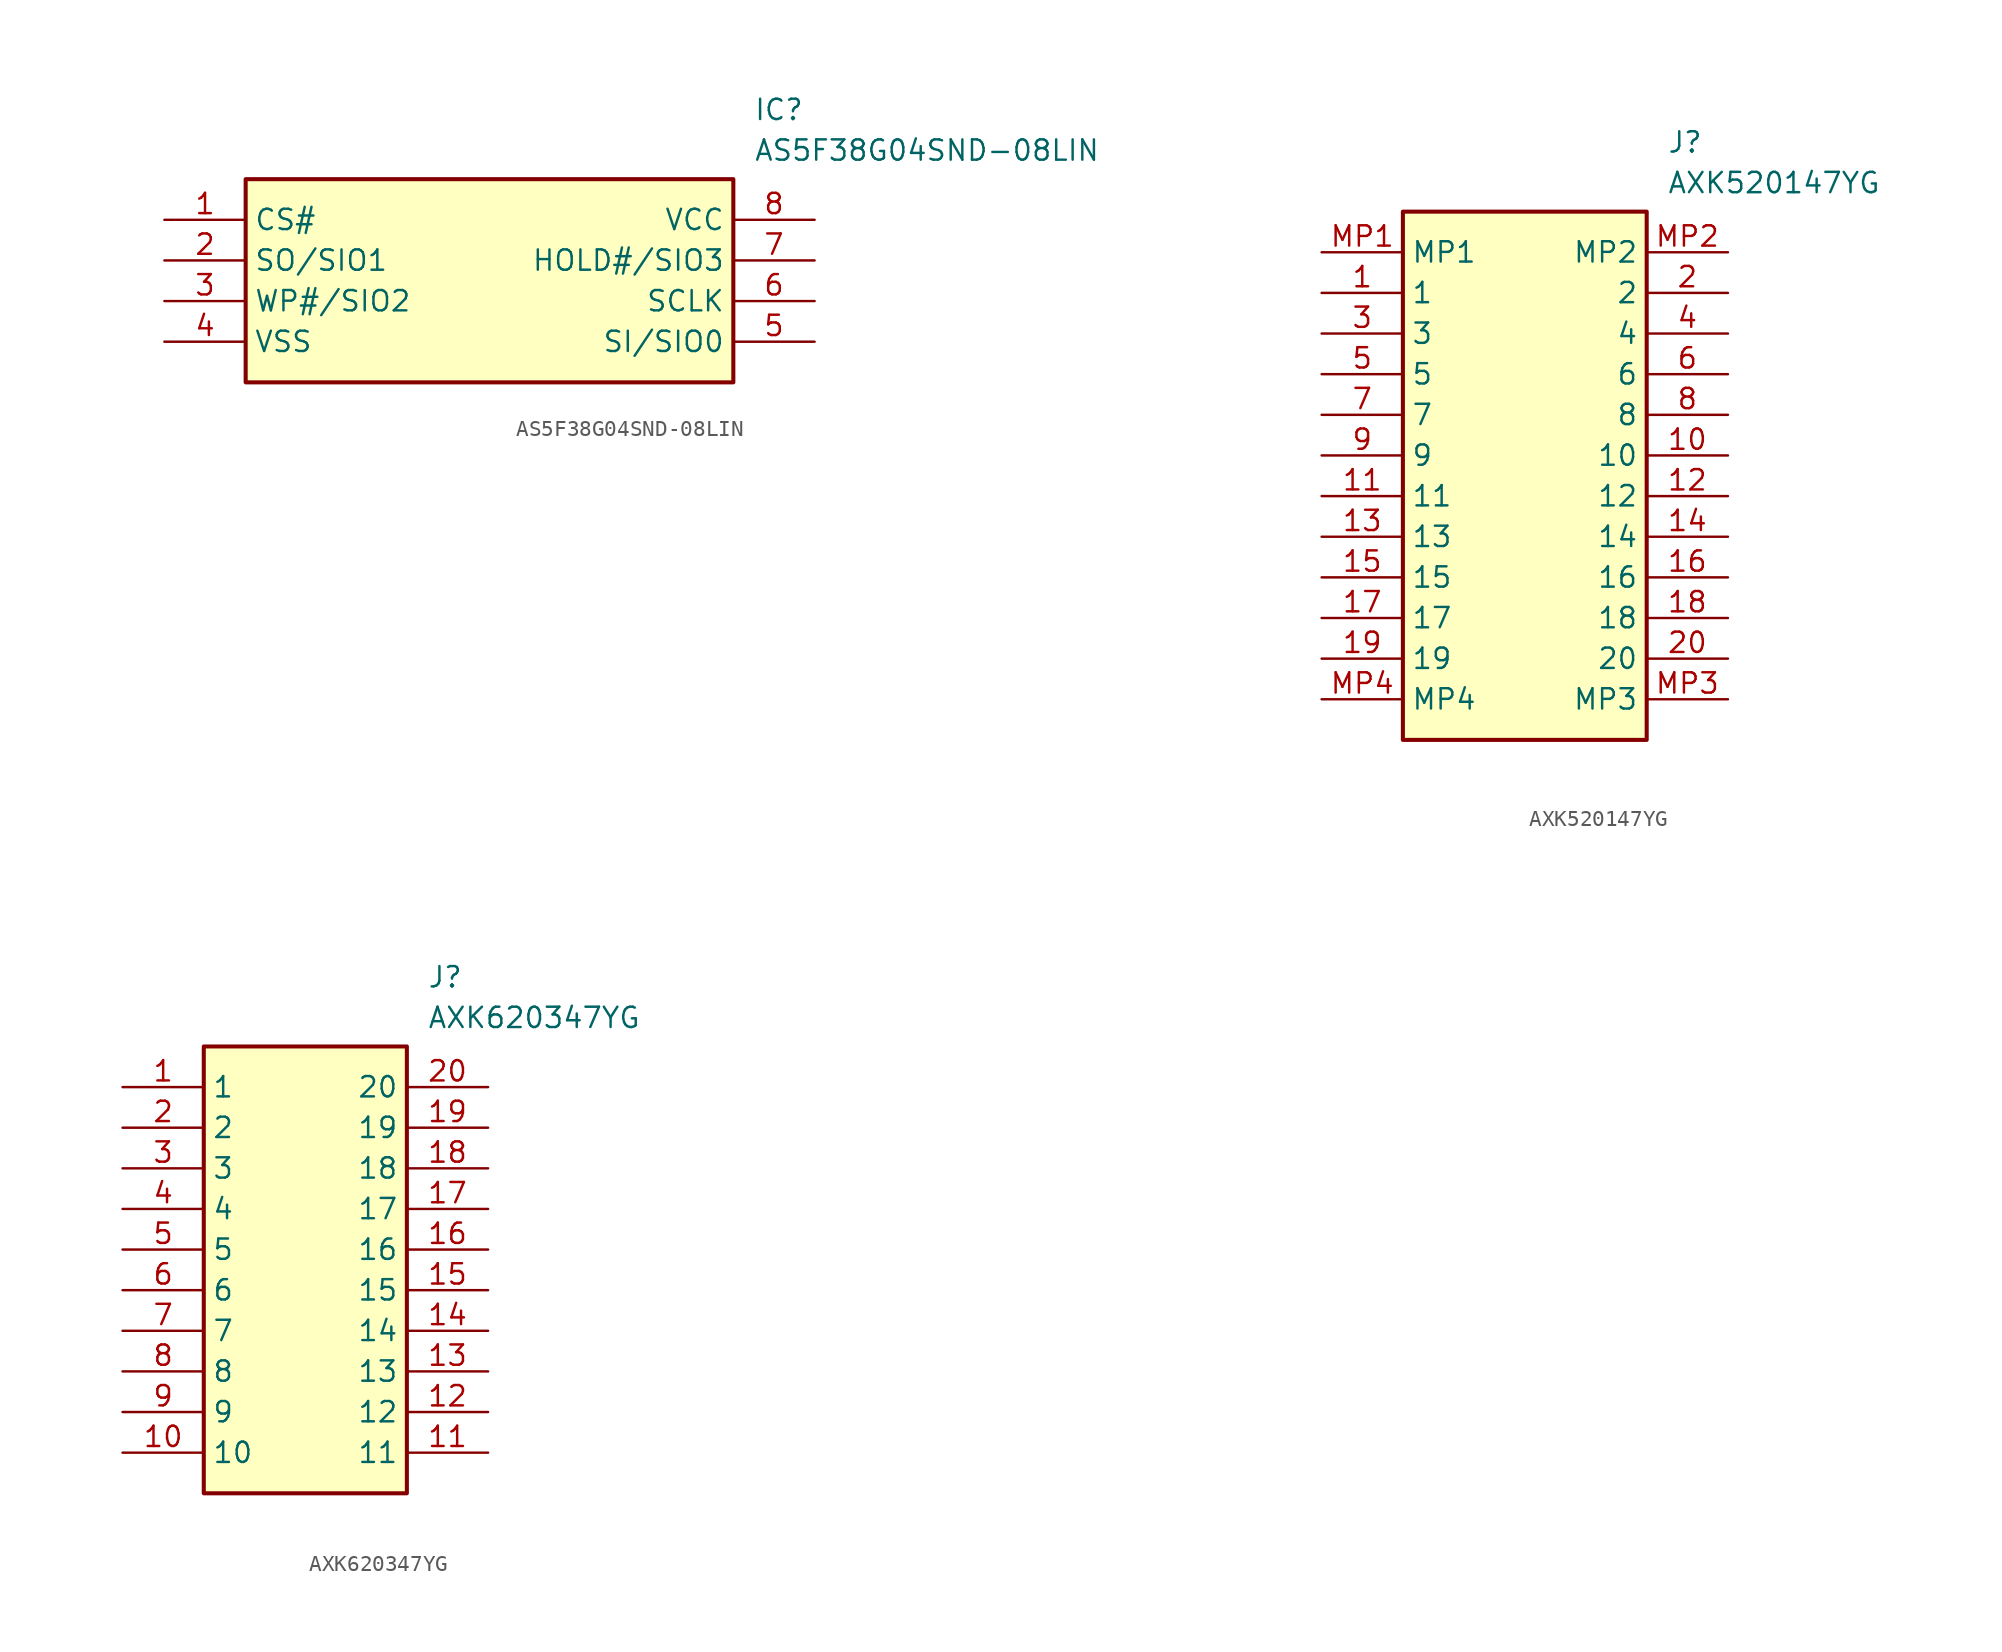
<source format=kicad_sym>
(kicad_symbol_lib
  (version 20220914)
  (generator kicad_symbol_editor)
  (symbol "AS5F38G04SND-08LIN"
    (property "Reference" "IC"
      (at 36.83 7.62 0)
      (effects (font (size 1.27 1.27)) (justify left top)))
    (property "Value" "AS5F38G04SND-08LIN"
      (at 36.83 5.08 0)
      (effects (font (size 1.27 1.27)) (justify left top)))
    (symbol "AS5F38G04SND-08LIN_1_1"
      (rectangle (start 5.08 2.54) (end 35.56 -10.16) (stroke (width 0.254) (type default)) (fill (type background)))
      (pin passive line (at 0 0 0) (length 5.08) (name "CS#" (effects (font (size 1.27 1.27)))) (number "1" (effects (font (size 1.27 1.27)))))
      (pin passive line (at 0 -2.54 0) (length 5.08) (name "SO/SIO1" (effects (font (size 1.27 1.27)))) (number "2" (effects (font (size 1.27 1.27)))))
      (pin passive line (at 0 -5.08 0) (length 5.08) (name "WP#/SIO2" (effects (font (size 1.27 1.27)))) (number "3" (effects (font (size 1.27 1.27)))))
      (pin passive line (at 0 -7.62 0) (length 5.08) (name "VSS" (effects (font (size 1.27 1.27)))) (number "4" (effects (font (size 1.27 1.27)))))
      (pin passive line (at 40.64 -7.62 180) (length 5.08) (name "SI/SIO0" (effects (font (size 1.27 1.27)))) (number "5" (effects (font (size 1.27 1.27)))))
      (pin passive line (at 40.64 -5.08 180) (length 5.08) (name "SCLK" (effects (font (size 1.27 1.27)))) (number "6" (effects (font (size 1.27 1.27)))))
      (pin passive line (at 40.64 -2.54 180) (length 5.08) (name "HOLD#/SIO3" (effects (font (size 1.27 1.27)))) (number "7" (effects (font (size 1.27 1.27)))))
      (pin passive line (at 40.64 0 180) (length 5.08) (name "VCC" (effects (font (size 1.27 1.27)))) (number "8" (effects (font (size 1.27 1.27)))))))
  (symbol "AXK520147YG"
    (property "Reference" "J"
      (at 21.59 7.62 0)
      (effects (font (size 1.27 1.27)) (justify left top)))
    (property "Value" "AXK520147YG"
      (at 21.59 5.08 0)
      (effects (font (size 1.27 1.27)) (justify left top)))
    (symbol "AXK520147YG_1_1"
      (rectangle (start 5.08 2.54) (end 20.32 -30.48) (stroke (width 0.254) (type default)) (fill (type background)))
      (pin passive line (at 0 -2.54 0) (length 5.08) (name "1" (effects (font (size 1.27 1.27)))) (number "1" (effects (font (size 1.27 1.27)))))
      (pin passive line (at 25.4 -12.7 180) (length 5.08) (name "10" (effects (font (size 1.27 1.27)))) (number "10" (effects (font (size 1.27 1.27)))))
      (pin passive line (at 0 -15.24 0) (length 5.08) (name "11" (effects (font (size 1.27 1.27)))) (number "11" (effects (font (size 1.27 1.27)))))
      (pin passive line (at 25.4 -15.24 180) (length 5.08) (name "12" (effects (font (size 1.27 1.27)))) (number "12" (effects (font (size 1.27 1.27)))))
      (pin passive line (at 0 -17.78 0) (length 5.08) (name "13" (effects (font (size 1.27 1.27)))) (number "13" (effects (font (size 1.27 1.27)))))
      (pin passive line (at 25.4 -17.78 180) (length 5.08) (name "14" (effects (font (size 1.27 1.27)))) (number "14" (effects (font (size 1.27 1.27)))))
      (pin passive line (at 0 -20.32 0) (length 5.08) (name "15" (effects (font (size 1.27 1.27)))) (number "15" (effects (font (size 1.27 1.27)))))
      (pin passive line (at 25.4 -20.32 180) (length 5.08) (name "16" (effects (font (size 1.27 1.27)))) (number "16" (effects (font (size 1.27 1.27)))))
      (pin passive line (at 0 -22.86 0) (length 5.08) (name "17" (effects (font (size 1.27 1.27)))) (number "17" (effects (font (size 1.27 1.27)))))
      (pin passive line (at 25.4 -22.86 180) (length 5.08) (name "18" (effects (font (size 1.27 1.27)))) (number "18" (effects (font (size 1.27 1.27)))))
      (pin passive line (at 0 -25.4 0) (length 5.08) (name "19" (effects (font (size 1.27 1.27)))) (number "19" (effects (font (size 1.27 1.27)))))
      (pin passive line (at 25.4 -2.54 180) (length 5.08) (name "2" (effects (font (size 1.27 1.27)))) (number "2" (effects (font (size 1.27 1.27)))))
      (pin passive line (at 25.4 -25.4 180) (length 5.08) (name "20" (effects (font (size 1.27 1.27)))) (number "20" (effects (font (size 1.27 1.27)))))
      (pin passive line (at 0 -5.08 0) (length 5.08) (name "3" (effects (font (size 1.27 1.27)))) (number "3" (effects (font (size 1.27 1.27)))))
      (pin passive line (at 25.4 -5.08 180) (length 5.08) (name "4" (effects (font (size 1.27 1.27)))) (number "4" (effects (font (size 1.27 1.27)))))
      (pin passive line (at 0 -7.62 0) (length 5.08) (name "5" (effects (font (size 1.27 1.27)))) (number "5" (effects (font (size 1.27 1.27)))))
      (pin passive line (at 25.4 -7.62 180) (length 5.08) (name "6" (effects (font (size 1.27 1.27)))) (number "6" (effects (font (size 1.27 1.27)))))
      (pin passive line (at 0 -10.16 0) (length 5.08) (name "7" (effects (font (size 1.27 1.27)))) (number "7" (effects (font (size 1.27 1.27)))))
      (pin passive line (at 25.4 -10.16 180) (length 5.08) (name "8" (effects (font (size 1.27 1.27)))) (number "8" (effects (font (size 1.27 1.27)))))
      (pin passive line (at 0 -12.7 0) (length 5.08) (name "9" (effects (font (size 1.27 1.27)))) (number "9" (effects (font (size 1.27 1.27)))))
      (pin passive line (at 0 0 0) (length 5.08) (name "MP1" (effects (font (size 1.27 1.27)))) (number "MP1" (effects (font (size 1.27 1.27)))))
      (pin passive line (at 25.4 0 180) (length 5.08) (name "MP2" (effects (font (size 1.27 1.27)))) (number "MP2" (effects (font (size 1.27 1.27)))))
      (pin passive line (at 25.4 -27.94 180) (length 5.08) (name "MP3" (effects (font (size 1.27 1.27)))) (number "MP3" (effects (font (size 1.27 1.27)))))
      (pin passive line (at 0 -27.94 0) (length 5.08) (name "MP4" (effects (font (size 1.27 1.27)))) (number "MP4" (effects (font (size 1.27 1.27)))))))
  (symbol "AXK620347YG"
    (property "Reference" "J"
      (at 19.05 7.62 0)
      (effects (font (size 1.27 1.27)) (justify left top)))
    (property "Value" "AXK620347YG"
      (at 19.05 5.08 0)
      (effects (font (size 1.27 1.27)) (justify left top)))
    (symbol "AXK620347YG_1_1"
      (rectangle (start 5.08 2.54) (end 17.78 -25.4) (stroke (width 0.254) (type default)) (fill (type background)))
      (pin passive line (at 0 0 0) (length 5.08) (name "1" (effects (font (size 1.27 1.27)))) (number "1" (effects (font (size 1.27 1.27)))))
      (pin passive line (at 0 -22.86 0) (length 5.08) (name "10" (effects (font (size 1.27 1.27)))) (number "10" (effects (font (size 1.27 1.27)))))
      (pin passive line (at 22.86 -22.86 180) (length 5.08) (name "11" (effects (font (size 1.27 1.27)))) (number "11" (effects (font (size 1.27 1.27)))))
      (pin passive line (at 22.86 -20.32 180) (length 5.08) (name "12" (effects (font (size 1.27 1.27)))) (number "12" (effects (font (size 1.27 1.27)))))
      (pin passive line (at 22.86 -17.78 180) (length 5.08) (name "13" (effects (font (size 1.27 1.27)))) (number "13" (effects (font (size 1.27 1.27)))))
      (pin passive line (at 22.86 -15.24 180) (length 5.08) (name "14" (effects (font (size 1.27 1.27)))) (number "14" (effects (font (size 1.27 1.27)))))
      (pin passive line (at 22.86 -12.7 180) (length 5.08) (name "15" (effects (font (size 1.27 1.27)))) (number "15" (effects (font (size 1.27 1.27)))))
      (pin passive line (at 22.86 -10.16 180) (length 5.08) (name "16" (effects (font (size 1.27 1.27)))) (number "16" (effects (font (size 1.27 1.27)))))
      (pin passive line (at 22.86 -7.62 180) (length 5.08) (name "17" (effects (font (size 1.27 1.27)))) (number "17" (effects (font (size 1.27 1.27)))))
      (pin passive line (at 22.86 -5.08 180) (length 5.08) (name "18" (effects (font (size 1.27 1.27)))) (number "18" (effects (font (size 1.27 1.27)))))
      (pin passive line (at 22.86 -2.54 180) (length 5.08) (name "19" (effects (font (size 1.27 1.27)))) (number "19" (effects (font (size 1.27 1.27)))))
      (pin passive line (at 0 -2.54 0) (length 5.08) (name "2" (effects (font (size 1.27 1.27)))) (number "2" (effects (font (size 1.27 1.27)))))
      (pin passive line (at 22.86 0 180) (length 5.08) (name "20" (effects (font (size 1.27 1.27)))) (number "20" (effects (font (size 1.27 1.27)))))
      (pin passive line (at 0 -5.08 0) (length 5.08) (name "3" (effects (font (size 1.27 1.27)))) (number "3" (effects (font (size 1.27 1.27)))))
      (pin passive line (at 0 -7.62 0) (length 5.08) (name "4" (effects (font (size 1.27 1.27)))) (number "4" (effects (font (size 1.27 1.27)))))
      (pin passive line (at 0 -10.16 0) (length 5.08) (name "5" (effects (font (size 1.27 1.27)))) (number "5" (effects (font (size 1.27 1.27)))))
      (pin passive line (at 0 -12.7 0) (length 5.08) (name "6" (effects (font (size 1.27 1.27)))) (number "6" (effects (font (size 1.27 1.27)))))
      (pin passive line (at 0 -15.24 0) (length 5.08) (name "7" (effects (font (size 1.27 1.27)))) (number "7" (effects (font (size 1.27 1.27)))))
      (pin passive line (at 0 -17.78 0) (length 5.08) (name "8" (effects (font (size 1.27 1.27)))) (number "8" (effects (font (size 1.27 1.27)))))
      (pin passive line (at 0 -20.32 0) (length 5.08) (name "9" (effects (font (size 1.27 1.27)))) (number "9" (effects (font (size 1.27 1.27))))))))
</source>
